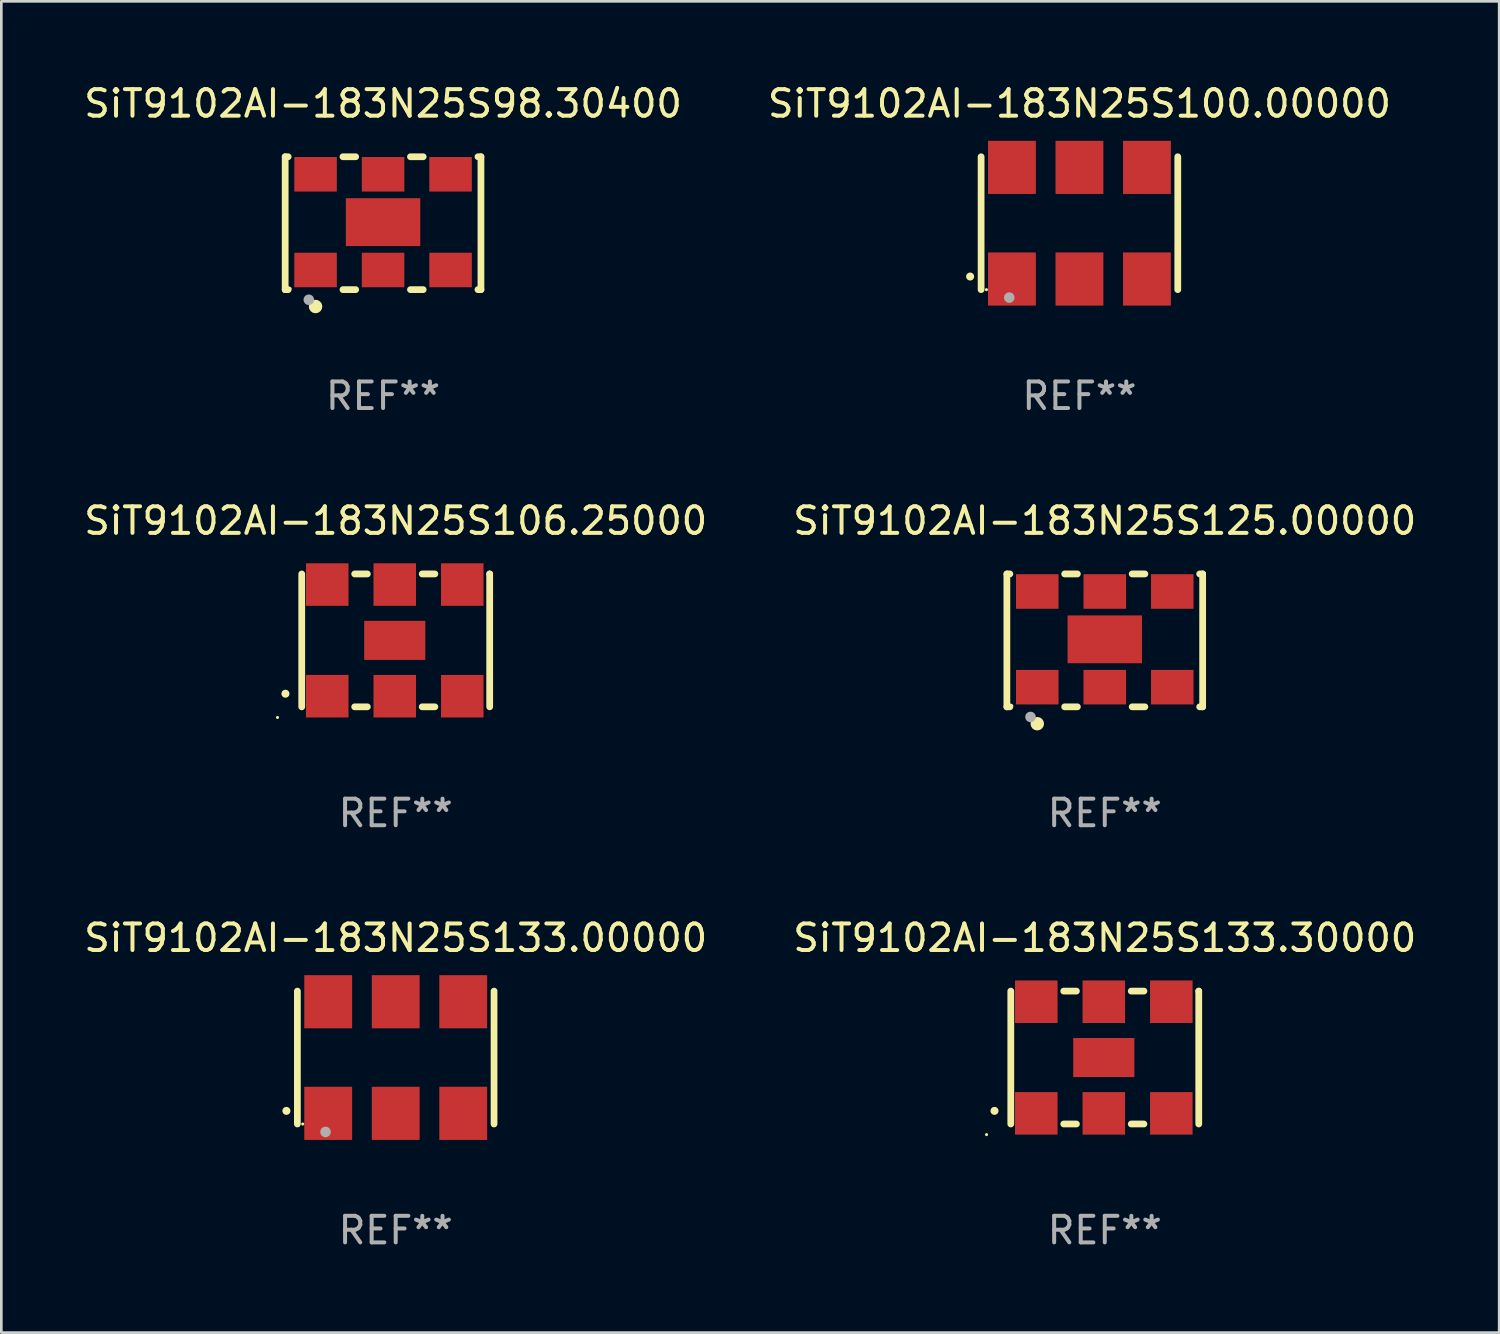
<source format=kicad_pcb>
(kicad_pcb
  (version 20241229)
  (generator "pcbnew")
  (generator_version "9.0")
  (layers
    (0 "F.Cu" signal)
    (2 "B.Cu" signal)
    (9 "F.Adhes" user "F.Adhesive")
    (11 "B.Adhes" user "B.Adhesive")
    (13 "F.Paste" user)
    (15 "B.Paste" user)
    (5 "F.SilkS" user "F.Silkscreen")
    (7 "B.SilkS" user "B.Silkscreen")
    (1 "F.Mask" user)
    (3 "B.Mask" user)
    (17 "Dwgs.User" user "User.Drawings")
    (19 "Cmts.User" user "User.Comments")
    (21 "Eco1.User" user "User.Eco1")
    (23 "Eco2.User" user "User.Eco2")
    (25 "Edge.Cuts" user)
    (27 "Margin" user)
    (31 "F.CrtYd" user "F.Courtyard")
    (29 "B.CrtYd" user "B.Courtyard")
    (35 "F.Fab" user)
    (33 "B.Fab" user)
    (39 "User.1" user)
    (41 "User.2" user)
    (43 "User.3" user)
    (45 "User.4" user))
  (footprint "SiT9102AI-183N25S98.30400"
    (layer "F.Cu")
    (at 11.363 5.348)
    (property "Reference" "SiT9102AI-183N25S98.30400" (at 0 -4.5 0) (layer "F.SilkS") (effects (font (size 1 1) (thickness 0.15))))
    (attr through_hole)
    (fp_line (start -3.683 -2.5) (end -3.571 -2.5) (stroke (width 0.254) (type solid)) (layer "F.SilkS"))
    (fp_line (start -3.683 2.5) (end -3.683 -2.5) (stroke (width 0.254) (type solid)) (layer "F.SilkS"))
    (fp_line (start -3.683 2.5) (end -3.571 2.5) (stroke (width 0.254) (type solid)) (layer "F.SilkS"))
    (fp_line (start -1.509 -2.5) (end -1.031 -2.5) (stroke (width 0.254) (type solid)) (layer "F.SilkS"))
    (fp_line (start -1.509 2.5) (end -1.031 2.5) (stroke (width 0.254) (type solid)) (layer "F.SilkS"))
    (fp_line (start 1.031 -2.5) (end 1.509 -2.5) (stroke (width 0.254) (type solid)) (layer "F.SilkS"))
    (fp_line (start 1.031 2.5) (end 1.509 2.5) (stroke (width 0.254) (type solid)) (layer "F.SilkS"))
    (fp_line (start 3.571 -2.5) (end 3.683 -2.5) (stroke (width 0.254) (type solid)) (layer "F.SilkS"))
    (fp_line (start 3.571 2.5) (end 3.683 2.5) (stroke (width 0.254) (type solid)) (layer "F.SilkS"))
    (fp_line (start 3.683 2.5) (end 3.683 -2.5) (stroke (width 0.254) (type solid)) (layer "F.SilkS"))
    (fp_circle (center -3.5 2.46) (end -3.47 2.46) (stroke (width 0.06) (type solid)) (fill no) (layer "F.SilkS"))
    (fp_circle (center -2.54 3.135) (end -2.413 3.135) (stroke (width 0.254) (type solid)) (fill no) (layer "F.SilkS"))
    (fp_circle (center -2.794 2.881) (end -2.694 2.881) (stroke (width 0.2) (type solid)) (fill no) (layer "F.Fab"))
    (fp_text user "REF**" (at 0 6.5 0) (layer "F.Fab") (effects (font (size 1 1) (thickness 0.15))))
    (pad "1" smd rect (at -2.54 1.76) (size 1.6 1.3) (layers "F.Cu" "F.Mask" "F.Paste"))
    (pad "2" smd rect (at 0 1.76) (size 1.6 1.3) (layers "F.Cu" "F.Mask" "F.Paste"))
    (pad "3" smd rect (at 2.54 1.76) (size 1.6 1.3) (layers "F.Cu" "F.Mask" "F.Paste"))
    (pad "4" smd rect (at 2.54 -1.84) (size 1.6 1.3) (layers "F.Cu" "F.Mask" "F.Paste"))
    (pad "5" smd rect (at 0 -1.84) (size 1.6 1.3) (layers "F.Cu" "F.Mask" "F.Paste"))
    (pad "6" smd rect (at -2.54 -1.84) (size 1.6 1.3) (layers "F.Cu" "F.Mask" "F.Paste"))
    (pad "7" smd rect (at 0 -0.04) (size 2.8 1.8) (layers "F.Cu" "F.Mask" "F.Paste")))
  (footprint "SiT9102AI-183N25S100.00000"
    (layer "F.Cu")
    (at 37.565 5.348)
    (property "Reference" "SiT9102AI-183N25S100.00000" (at 0 -4.5 0) (layer "F.SilkS") (effects (font (size 1 1) (thickness 0.15))))
    (attr through_hole)
    (fp_line (start -3.7 -2.5) (end -3.7 2.5) (stroke (width 0.254) (type solid)) (layer "F.SilkS"))
    (fp_line (start 3.7 -2.5) (end 3.7 2.5) (stroke (width 0.254) (type solid)) (layer "F.SilkS"))
    (fp_arc (start -4.114415 2.006604) (mid -4.113145 2.006599) (end -4.111875 2.006604) (stroke (width 0.3) (type solid)) (layer "F.SilkS"))
    (fp_circle (center -3.5 2.501) (end -3.47 2.501) (stroke (width 0.06) (type solid)) (fill no) (layer "F.SilkS"))
    (fp_circle (center -2.641 2.799) (end -2.541 2.799) (stroke (width 0.2) (type solid)) (fill no) (layer "F.Fab"))
    (fp_text user "REF**" (at 0 6.5 0) (layer "F.Fab") (effects (font (size 1 1) (thickness 0.15))))
    (pad "1" smd rect (at -2.54 2.1) (size 1.8 2) (layers "F.Cu" "F.Mask" "F.Paste"))
    (pad "2" smd rect (at 0.000394 2.1) (size 1.8 2) (layers "F.Cu" "F.Mask" "F.Paste"))
    (pad "3" smd rect (at 2.54 2.1) (size 1.8 2) (layers "F.Cu" "F.Mask" "F.Paste"))
    (pad "4" smd rect (at 2.54 -2.1) (size 1.8 2) (layers "F.Cu" "F.Mask" "F.Paste"))
    (pad "5" smd rect (at 0.000394 -2.1) (size 1.8 2) (layers "F.Cu" "F.Mask" "F.Paste"))
    (pad "6" smd rect (at -2.54 -2.1) (size 1.8 2) (layers "F.Cu" "F.Mask" "F.Paste")))
  (footprint "SiT9102AI-183N25S106.25000"
    (layer "F.Cu")
    (at 11.839 21.045)
    (property "Reference" "SiT9102AI-183N25S106.25000" (at 0 -4.5 0) (layer "F.SilkS") (effects (font (size 1 1) (thickness 0.15))))
    (attr through_hole)
    (fp_line (start -3.536 -2.5) (end -3.536 2.5) (stroke (width 0.254) (type solid)) (layer "F.SilkS"))
    (fp_line (start -1.544 2.5) (end -1.067 2.5) (stroke (width 0.254) (type solid)) (layer "F.SilkS"))
    (fp_line (start -1.067 -2.5) (end -1.544 -2.5) (stroke (width 0.254) (type solid)) (layer "F.SilkS"))
    (fp_line (start 0.996 2.5) (end 1.473 2.5) (stroke (width 0.254) (type solid)) (layer "F.SilkS"))
    (fp_line (start 1.473 -2.5) (end 0.996 -2.5) (stroke (width 0.254) (type solid)) (layer "F.SilkS"))
    (fp_line (start 3.536 -2.5) (end 3.536 -2.5) (stroke (width 0.254) (type solid)) (layer "F.SilkS"))
    (fp_line (start 3.536 2.5) (end 3.536 -2.5) (stroke (width 0.254) (type solid)) (layer "F.SilkS"))
    (fp_arc (start -4.150432 2.006604) (mid -4.149162 2.006599) (end -4.147892 2.006604) (stroke (width 0.3) (type solid)) (layer "F.SilkS"))
    (fp_circle (center -4.449 2.9) (end -4.419 2.9) (stroke (width 0.06) (type solid)) (fill no) (layer "F.SilkS"))
    (fp_text user "REF**" (at 0 6.5 0) (layer "F.Fab") (effects (font (size 1 1) (thickness 0.15))))
    (pad "1" smd rect (at -2.576 2.1) (size 1.6 1.6) (layers "F.Cu" "F.Mask" "F.Paste"))
    (pad "2" smd rect (at -0.036 2.1) (size 1.6 1.6) (layers "F.Cu" "F.Mask" "F.Paste"))
    (pad "3" smd rect (at 2.504 2.1) (size 1.6 1.6) (layers "F.Cu" "F.Mask" "F.Paste"))
    (pad "4" smd rect (at 2.504 -2.1) (size 1.6 1.6) (layers "F.Cu" "F.Mask" "F.Paste"))
    (pad "5" smd rect (at -0.036 -2.1) (size 1.6 1.6) (layers "F.Cu" "F.Mask" "F.Paste"))
    (pad "6" smd rect (at -2.576 -2.1) (size 1.6 1.6) (layers "F.Cu" "F.Mask" "F.Paste"))
    (pad "7" smd rect (at -0.036 0) (size 2.3 1.47) (layers "F.Cu" "F.Mask" "F.Paste")))
  (footprint "SiT9102AI-183N25S133.00000"
    (layer "F.Cu")
    (at 11.839 36.741)
    (property "Reference" "SiT9102AI-183N25S133.00000" (at 0 -4.5 0) (layer "F.SilkS") (effects (font (size 1 1) (thickness 0.15))))
    (attr through_hole)
    (fp_line (start -3.7 -2.5) (end -3.7 2.5) (stroke (width 0.254) (type solid)) (layer "F.SilkS"))
    (fp_line (start 3.7 -2.5) (end 3.7 2.5) (stroke (width 0.254) (type solid)) (layer "F.SilkS"))
    (fp_arc (start -4.114415 2.006604) (mid -4.113145 2.006599) (end -4.111875 2.006604) (stroke (width 0.3) (type solid)) (layer "F.SilkS"))
    (fp_circle (center -3.5 2.501) (end -3.47 2.501) (stroke (width 0.06) (type solid)) (fill no) (layer "F.SilkS"))
    (fp_circle (center -2.641 2.799) (end -2.541 2.799) (stroke (width 0.2) (type solid)) (fill no) (layer "F.Fab"))
    (fp_text user "REF**" (at 0 6.5 0) (layer "F.Fab") (effects (font (size 1 1) (thickness 0.15))))
    (pad "1" smd rect (at -2.54 2.1) (size 1.8 2) (layers "F.Cu" "F.Mask" "F.Paste"))
    (pad "2" smd rect (at 0.000394 2.1) (size 1.8 2) (layers "F.Cu" "F.Mask" "F.Paste"))
    (pad "3" smd rect (at 2.54 2.1) (size 1.8 2) (layers "F.Cu" "F.Mask" "F.Paste"))
    (pad "4" smd rect (at 2.54 -2.1) (size 1.8 2) (layers "F.Cu" "F.Mask" "F.Paste"))
    (pad "5" smd rect (at 0.000394 -2.1) (size 1.8 2) (layers "F.Cu" "F.Mask" "F.Paste"))
    (pad "6" smd rect (at -2.54 -2.1) (size 1.8 2) (layers "F.Cu" "F.Mask" "F.Paste")))
  (footprint "SiT9102AI-183N25S133.30000"
    (layer "F.Cu")
    (at 38.518 36.741)
    (property "Reference" "SiT9102AI-183N25S133.30000" (at 0 -4.5 0) (layer "F.SilkS") (effects (font (size 1 1) (thickness 0.15))))
    (attr through_hole)
    (fp_line (start -3.536 -2.5) (end -3.536 2.5) (stroke (width 0.254) (type solid)) (layer "F.SilkS"))
    (fp_line (start -1.544 2.5) (end -1.067 2.5) (stroke (width 0.254) (type solid)) (layer "F.SilkS"))
    (fp_line (start -1.067 -2.5) (end -1.544 -2.5) (stroke (width 0.254) (type solid)) (layer "F.SilkS"))
    (fp_line (start 0.996 2.5) (end 1.473 2.5) (stroke (width 0.254) (type solid)) (layer "F.SilkS"))
    (fp_line (start 1.473 -2.5) (end 0.996 -2.5) (stroke (width 0.254) (type solid)) (layer "F.SilkS"))
    (fp_line (start 3.536 -2.5) (end 3.536 -2.5) (stroke (width 0.254) (type solid)) (layer "F.SilkS"))
    (fp_line (start 3.536 2.5) (end 3.536 -2.5) (stroke (width 0.254) (type solid)) (layer "F.SilkS"))
    (fp_arc (start -4.150432 2.006604) (mid -4.149162 2.006599) (end -4.147892 2.006604) (stroke (width 0.3) (type solid)) (layer "F.SilkS"))
    (fp_circle (center -4.449 2.9) (end -4.419 2.9) (stroke (width 0.06) (type solid)) (fill no) (layer "F.SilkS"))
    (fp_text user "REF**" (at 0 6.5 0) (layer "F.Fab") (effects (font (size 1 1) (thickness 0.15))))
    (pad "1" smd rect (at -2.576 2.1) (size 1.6 1.6) (layers "F.Cu" "F.Mask" "F.Paste"))
    (pad "2" smd rect (at -0.036 2.1) (size 1.6 1.6) (layers "F.Cu" "F.Mask" "F.Paste"))
    (pad "3" smd rect (at 2.504 2.1) (size 1.6 1.6) (layers "F.Cu" "F.Mask" "F.Paste"))
    (pad "4" smd rect (at 2.504 -2.1) (size 1.6 1.6) (layers "F.Cu" "F.Mask" "F.Paste"))
    (pad "5" smd rect (at -0.036 -2.1) (size 1.6 1.6) (layers "F.Cu" "F.Mask" "F.Paste"))
    (pad "6" smd rect (at -2.576 -2.1) (size 1.6 1.6) (layers "F.Cu" "F.Mask" "F.Paste"))
    (pad "7" smd rect (at -0.036 0) (size 2.3 1.47) (layers "F.Cu" "F.Mask" "F.Paste")))
  (footprint "SiT9102AI-183N25S125.00000"
    (layer "F.Cu")
    (at 38.518 21.045)
    (property "Reference" "SiT9102AI-183N25S125.00000" (at 0 -4.5 0) (layer "F.SilkS") (effects (font (size 1 1) (thickness 0.15))))
    (attr through_hole)
    (fp_line (start -3.683 -2.5) (end -3.571 -2.5) (stroke (width 0.254) (type solid)) (layer "F.SilkS"))
    (fp_line (start -3.683 2.5) (end -3.683 -2.5) (stroke (width 0.254) (type solid)) (layer "F.SilkS"))
    (fp_line (start -3.683 2.5) (end -3.571 2.5) (stroke (width 0.254) (type solid)) (layer "F.SilkS"))
    (fp_line (start -1.509 -2.5) (end -1.031 -2.5) (stroke (width 0.254) (type solid)) (layer "F.SilkS"))
    (fp_line (start -1.509 2.5) (end -1.031 2.5) (stroke (width 0.254) (type solid)) (layer "F.SilkS"))
    (fp_line (start 1.031 -2.5) (end 1.509 -2.5) (stroke (width 0.254) (type solid)) (layer "F.SilkS"))
    (fp_line (start 1.031 2.5) (end 1.509 2.5) (stroke (width 0.254) (type solid)) (layer "F.SilkS"))
    (fp_line (start 3.571 -2.5) (end 3.683 -2.5) (stroke (width 0.254) (type solid)) (layer "F.SilkS"))
    (fp_line (start 3.571 2.5) (end 3.683 2.5) (stroke (width 0.254) (type solid)) (layer "F.SilkS"))
    (fp_line (start 3.683 2.5) (end 3.683 -2.5) (stroke (width 0.254) (type solid)) (layer "F.SilkS"))
    (fp_circle (center -3.5 2.46) (end -3.47 2.46) (stroke (width 0.06) (type solid)) (fill no) (layer "F.SilkS"))
    (fp_circle (center -2.54 3.135) (end -2.413 3.135) (stroke (width 0.254) (type solid)) (fill no) (layer "F.SilkS"))
    (fp_circle (center -2.794 2.881) (end -2.694 2.881) (stroke (width 0.2) (type solid)) (fill no) (layer "F.Fab"))
    (fp_text user "REF**" (at 0 6.5 0) (layer "F.Fab") (effects (font (size 1 1) (thickness 0.15))))
    (pad "1" smd rect (at -2.54 1.76) (size 1.6 1.3) (layers "F.Cu" "F.Mask" "F.Paste"))
    (pad "2" smd rect (at 0 1.76) (size 1.6 1.3) (layers "F.Cu" "F.Mask" "F.Paste"))
    (pad "3" smd rect (at 2.54 1.76) (size 1.6 1.3) (layers "F.Cu" "F.Mask" "F.Paste"))
    (pad "4" smd rect (at 2.54 -1.84) (size 1.6 1.3) (layers "F.Cu" "F.Mask" "F.Paste"))
    (pad "5" smd rect (at 0 -1.84) (size 1.6 1.3) (layers "F.Cu" "F.Mask" "F.Paste"))
    (pad "6" smd rect (at -2.54 -1.84) (size 1.6 1.3) (layers "F.Cu" "F.Mask" "F.Paste"))
    (pad "7" smd rect (at 0 -0.04) (size 2.8 1.8) (layers "F.Cu" "F.Mask" "F.Paste")))
  (gr_rect
    (start -3 -3)
    (end 53.357 47.09)
    (stroke (width 0.1) (type default))
    (fill no)
    (layer "Edge.Cuts")))
</source>
